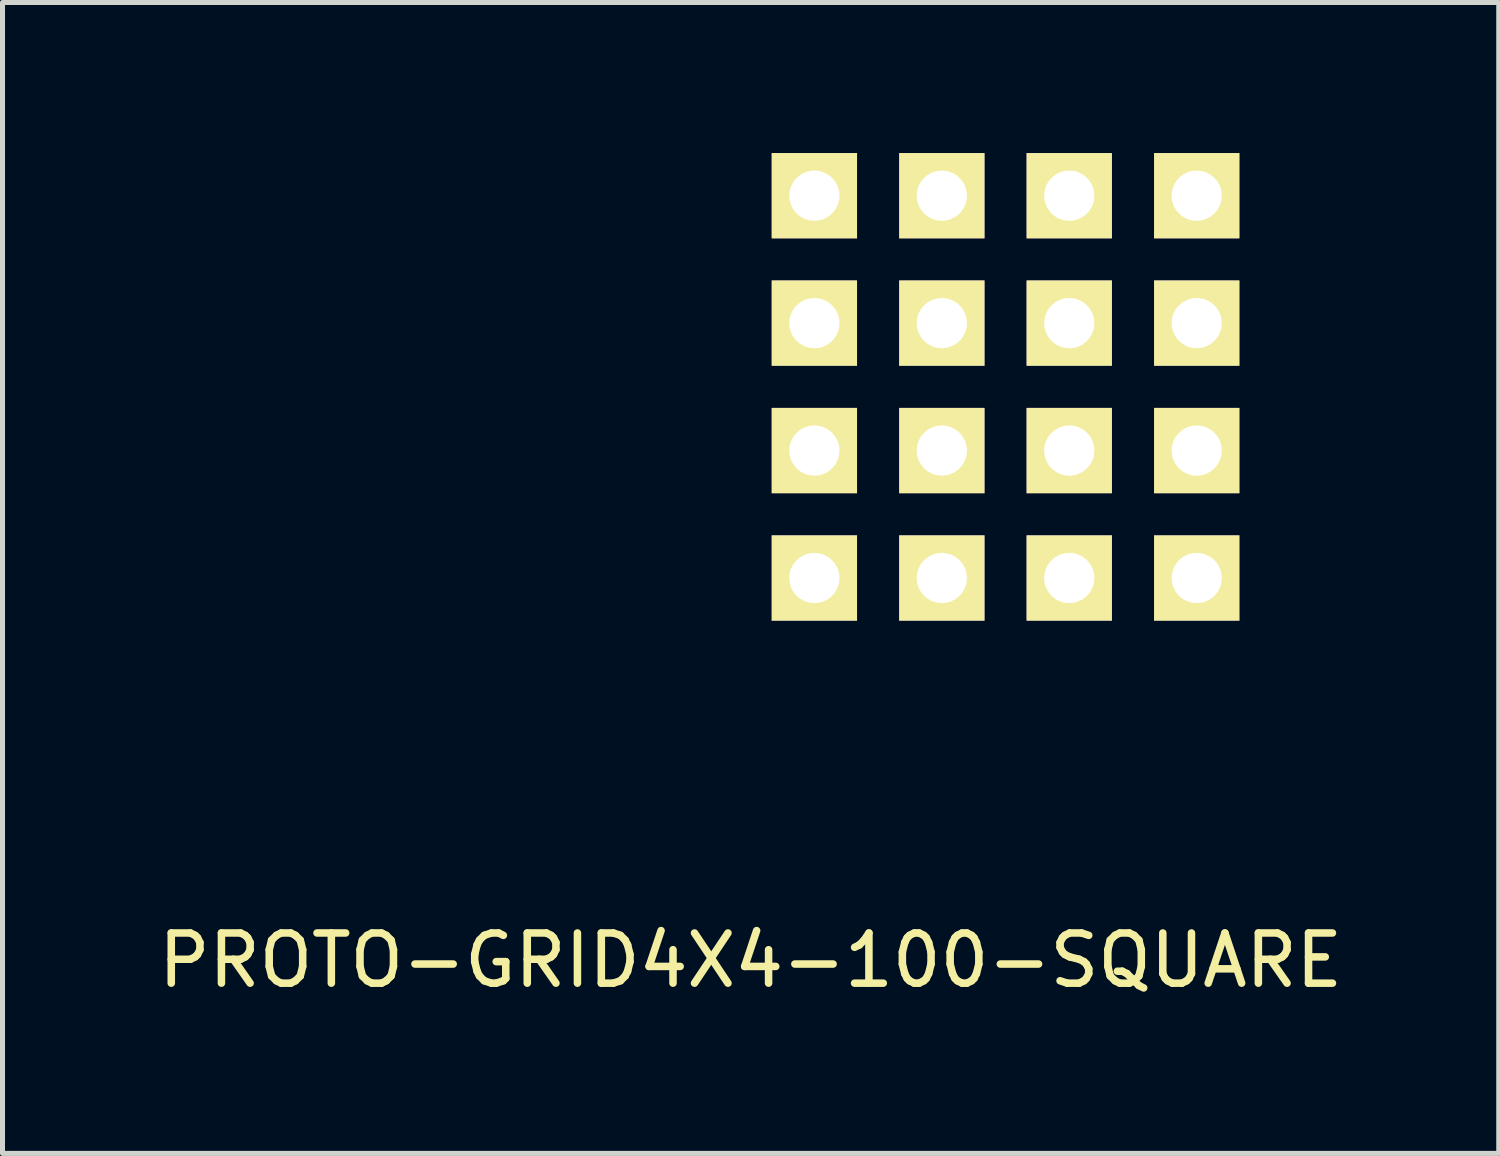
<source format=kicad_pcb>
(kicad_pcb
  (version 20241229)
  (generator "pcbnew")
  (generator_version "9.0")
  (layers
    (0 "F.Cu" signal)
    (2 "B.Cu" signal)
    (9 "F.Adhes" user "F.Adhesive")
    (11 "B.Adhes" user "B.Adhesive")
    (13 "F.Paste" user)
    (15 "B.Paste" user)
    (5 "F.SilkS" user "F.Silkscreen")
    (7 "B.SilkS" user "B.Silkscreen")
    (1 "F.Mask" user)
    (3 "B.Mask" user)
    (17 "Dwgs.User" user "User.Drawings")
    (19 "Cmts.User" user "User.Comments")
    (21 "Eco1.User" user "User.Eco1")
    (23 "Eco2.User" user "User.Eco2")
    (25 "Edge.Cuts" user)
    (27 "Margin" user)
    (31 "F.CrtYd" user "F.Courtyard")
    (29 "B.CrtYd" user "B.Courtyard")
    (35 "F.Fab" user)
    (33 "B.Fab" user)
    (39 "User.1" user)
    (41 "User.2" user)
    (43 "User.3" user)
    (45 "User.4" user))
  (footprint "PROTO-GRID4X4-100-SQUARE"
    (layer "F.Cu")
    (at 13.181 8.47)
    (property "Reference" "PROTO-GRID4X4-100-SQUARE" (at -1.27 7.62 0) (layer "F.SilkS") (effects (font (size 1 1) (thickness 0.15))))
    (attr smd)
    (pad "1" thru_hole rect (at 2.54 -5.08) (size 1.7 1.7) (drill 1) (layers "*.Cu" "*.Mask" "F.SilkS"))
    (pad "2" thru_hole rect (at 5.08 -5.08) (size 1.7 1.7) (drill 1) (layers "*.Cu" "*.Mask" "F.SilkS"))
    (pad "3" thru_hole rect (at 5.08 -2.54) (size 1.7 1.7) (drill 1) (layers "*.Cu" "*.Mask" "F.SilkS"))
    (pad "4" thru_hole rect (at 2.54 -2.54) (size 1.7 1.7) (drill 1) (layers "*.Cu" "*.Mask" "F.SilkS"))
    (pad "5" thru_hole rect (at 0 -2.54) (size 1.7 1.7) (drill 1) (layers "*.Cu" "*.Mask" "F.SilkS"))
    (pad "6" thru_hole rect (at 0 -5.08) (size 1.7 1.7) (drill 1) (layers "*.Cu" "*.Mask" "F.SilkS"))
    (pad "7" thru_hole rect (at 0 -7.62) (size 1.7 1.7) (drill 1) (layers "*.Cu" "*.Mask" "F.SilkS"))
    (pad "8" thru_hole rect (at 2.54 -7.62) (size 1.7 1.7) (drill 1) (layers "*.Cu" "*.Mask" "F.SilkS"))
    (pad "9" thru_hole rect (at 5.08 -7.62) (size 1.7 1.7) (drill 1) (layers "*.Cu" "*.Mask" "F.SilkS"))
    (pad "10" thru_hole rect (at 7.62 -7.62) (size 1.7 1.7) (drill 1) (layers "*.Cu" "*.Mask" "F.SilkS"))
    (pad "11" thru_hole rect (at 7.62 -5.08) (size 1.7 1.7) (drill 1) (layers "*.Cu" "*.Mask" "F.SilkS"))
    (pad "12" thru_hole rect (at 7.62 -2.54) (size 1.7 1.7) (drill 1) (layers "*.Cu" "*.Mask" "F.SilkS"))
    (pad "13" thru_hole rect (at 7.62 0) (size 1.7 1.7) (drill 1) (layers "*.Cu" "*.Mask" "F.SilkS"))
    (pad "14" thru_hole rect (at 5.08 0) (size 1.7 1.7) (drill 1) (layers "*.Cu" "*.Mask" "F.SilkS"))
    (pad "15" thru_hole rect (at 2.54 0) (size 1.7 1.7) (drill 1) (layers "*.Cu" "*.Mask" "F.SilkS"))
    (pad "16" thru_hole rect (at 0 0) (size 1.7 1.7) (drill 1) (layers "*.Cu" "*.Mask" "F.SilkS")))
  (gr_rect
    (start -3 -3)
    (end 26.821 19.938)
    (stroke (width 0.1) (type default))
    (fill no)
    (layer "Edge.Cuts")))
</source>
